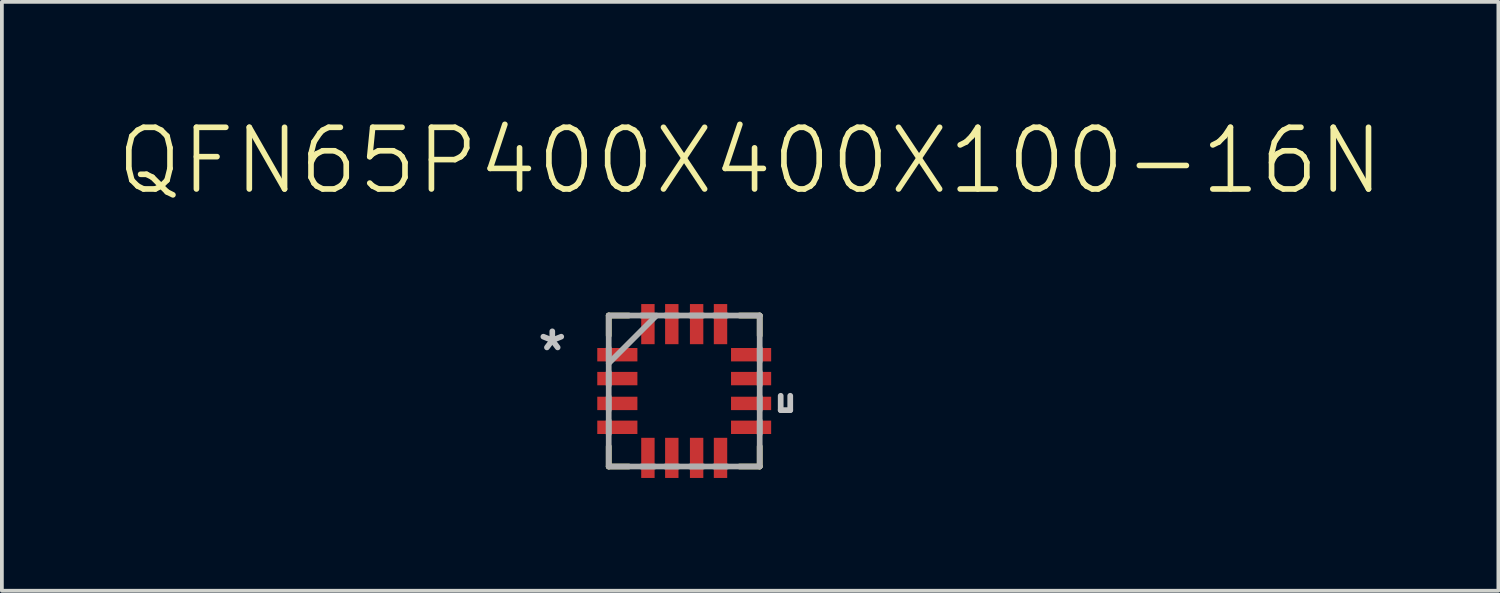
<source format=kicad_pcb>
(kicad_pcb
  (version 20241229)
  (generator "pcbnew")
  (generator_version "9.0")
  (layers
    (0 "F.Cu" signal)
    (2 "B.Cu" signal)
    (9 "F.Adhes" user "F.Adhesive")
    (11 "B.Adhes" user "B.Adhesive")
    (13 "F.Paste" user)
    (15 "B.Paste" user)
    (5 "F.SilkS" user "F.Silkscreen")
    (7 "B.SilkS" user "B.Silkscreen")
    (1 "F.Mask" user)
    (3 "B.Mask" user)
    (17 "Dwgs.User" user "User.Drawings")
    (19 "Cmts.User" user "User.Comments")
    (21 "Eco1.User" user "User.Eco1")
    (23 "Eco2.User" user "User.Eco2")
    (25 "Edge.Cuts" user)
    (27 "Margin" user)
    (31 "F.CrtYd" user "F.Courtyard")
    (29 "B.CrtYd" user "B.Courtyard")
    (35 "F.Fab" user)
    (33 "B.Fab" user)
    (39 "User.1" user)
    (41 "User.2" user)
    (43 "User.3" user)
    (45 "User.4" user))
  (footprint "QFN65P400X400X100-16N"
    (layer "F.Cu")
    (at 15.14 7.345)
    (property "Reference" "QFN65P400X400X100-16N" (at 1.753 -6.122 0) (layer "F.SilkS") (effects (font (size 1.64 1.64) (thickness 0.15))))
    (attr smd)
    (fp_line (start -2.007 -2.007) (end -2.007 -1.473) (stroke (width 0.152) (type solid)) (layer "F.SilkS"))
    (fp_line (start -2.007 1.473) (end -2.007 2.007) (stroke (width 0.152) (type solid)) (layer "F.SilkS"))
    (fp_line (start -2.007 2.007) (end -1.473 2.007) (stroke (width 0.152) (type solid)) (layer "F.SilkS"))
    (fp_line (start -1.473 -2.007) (end -2.007 -2.007) (stroke (width 0.152) (type solid)) (layer "F.SilkS"))
    (fp_line (start 1.473 2.007) (end 2.007 2.007) (stroke (width 0.152) (type solid)) (layer "F.SilkS"))
    (fp_line (start 2.007 -2.007) (end 1.473 -2.007) (stroke (width 0.152) (type solid)) (layer "F.SilkS"))
    (fp_line (start 2.007 -1.473) (end 2.007 -2.007) (stroke (width 0.152) (type solid)) (layer "F.SilkS"))
    (fp_line (start 2.007 2.007) (end 2.007 1.473) (stroke (width 0.152) (type solid)) (layer "F.SilkS"))
    (fp_line (start 2.565 0.508) (end 2.565 0.127) (stroke (width 0.152) (type solid)) (layer "Dwgs.User"))
    (fp_line (start 2.819 0.127) (end 2.819 0.508) (stroke (width 0.152) (type solid)) (layer "Dwgs.User"))
    (fp_line (start 2.819 0.508) (end 2.565 0.508) (stroke (width 0.152) (type solid)) (layer "Dwgs.User"))
    (fp_line (start -2.007 -2.007) (end -2.007 2.007) (stroke (width 0.152) (type solid)) (layer "F.Fab"))
    (fp_line (start -2.007 -1.143) (end -2.007 -0.787) (stroke (width 0.152) (type solid)) (layer "F.Fab"))
    (fp_line (start -2.007 -0.737) (end -0.737 -2.007) (stroke (width 0.152) (type solid)) (layer "F.Fab"))
    (fp_line (start -2.007 -0.508) (end -2.007 -0.152) (stroke (width 0.152) (type solid)) (layer "F.Fab"))
    (fp_line (start -2.007 0.152) (end -2.007 0.508) (stroke (width 0.152) (type solid)) (layer "F.Fab"))
    (fp_line (start -2.007 0.787) (end -2.007 1.143) (stroke (width 0.152) (type solid)) (layer "F.Fab"))
    (fp_line (start -2.007 2.007) (end 2.007 2.007) (stroke (width 0.152) (type solid)) (layer "F.Fab"))
    (fp_line (start -1.143 2.007) (end -0.787 2.007) (stroke (width 0.152) (type solid)) (layer "F.Fab"))
    (fp_line (start -0.787 -2.007) (end -1.143 -2.007) (stroke (width 0.152) (type solid)) (layer "F.Fab"))
    (fp_line (start -0.508 2.007) (end -0.152 2.007) (stroke (width 0.152) (type solid)) (layer "F.Fab"))
    (fp_line (start -0.152 -2.007) (end -0.508 -2.007) (stroke (width 0.152) (type solid)) (layer "F.Fab"))
    (fp_line (start 0.152 2.007) (end 0.508 2.007) (stroke (width 0.152) (type solid)) (layer "F.Fab"))
    (fp_line (start 0.508 -2.007) (end 0.152 -2.007) (stroke (width 0.152) (type solid)) (layer "F.Fab"))
    (fp_line (start 0.787 2.007) (end 1.143 2.007) (stroke (width 0.152) (type solid)) (layer "F.Fab"))
    (fp_line (start 1.143 -2.007) (end 0.787 -2.007) (stroke (width 0.152) (type solid)) (layer "F.Fab"))
    (fp_line (start 2.007 -2.007) (end -2.007 -2.007) (stroke (width 0.152) (type solid)) (layer "F.Fab"))
    (fp_line (start 2.007 -0.787) (end 2.007 -1.143) (stroke (width 0.152) (type solid)) (layer "F.Fab"))
    (fp_line (start 2.007 -0.152) (end 2.007 -0.508) (stroke (width 0.152) (type solid)) (layer "F.Fab"))
    (fp_line (start 2.007 0.508) (end 2.007 0.152) (stroke (width 0.152) (type solid)) (layer "F.Fab"))
    (fp_line (start 2.007 1.143) (end 2.007 0.787) (stroke (width 0.152) (type solid)) (layer "F.Fab"))
    (fp_line (start 2.007 2.007) (end 2.007 -2.007) (stroke (width 0.152) (type solid)) (layer "F.Fab"))
    (fp_text user "*" (at -3.507 -1.042 0) (layer "Dwgs.User") (effects (font (size 1 1) (thickness 0.15))))
    (pad "1" smd rect (at -1.778 -0.965) (size 1.067 0.356) (layers "F.Cu" "F.Mask" "F.Paste"))
    (pad "2" smd rect (at -1.778 -0.33) (size 1.067 0.356) (layers "F.Cu" "F.Mask" "F.Paste"))
    (pad "3" smd rect (at -1.778 0.33) (size 1.067 0.356) (layers "F.Cu" "F.Mask" "F.Paste"))
    (pad "4" smd rect (at -1.778 0.965) (size 1.067 0.356) (layers "F.Cu" "F.Mask" "F.Paste"))
    (pad "5" smd rect (at -0.965 1.778) (size 0.356 1.067) (layers "F.Cu" "F.Mask" "F.Paste"))
    (pad "6" smd rect (at -0.33 1.778) (size 0.356 1.067) (layers "F.Cu" "F.Mask" "F.Paste"))
    (pad "7" smd rect (at 0.33 1.778) (size 0.356 1.067) (layers "F.Cu" "F.Mask" "F.Paste"))
    (pad "8" smd rect (at 0.965 1.778) (size 0.356 1.067) (layers "F.Cu" "F.Mask" "F.Paste"))
    (pad "9" smd rect (at 1.778 0.965) (size 1.067 0.356) (layers "F.Cu" "F.Mask" "F.Paste"))
    (pad "10" smd rect (at 1.778 0.33) (size 1.067 0.356) (layers "F.Cu" "F.Mask" "F.Paste"))
    (pad "11" smd rect (at 1.778 -0.33) (size 1.067 0.356) (layers "F.Cu" "F.Mask" "F.Paste"))
    (pad "12" smd rect (at 1.778 -0.965) (size 1.067 0.356) (layers "F.Cu" "F.Mask" "F.Paste"))
    (pad "13" smd rect (at 0.965 -1.778) (size 0.356 1.067) (layers "F.Cu" "F.Mask" "F.Paste"))
    (pad "14" smd rect (at 0.33 -1.778) (size 0.356 1.067) (layers "F.Cu" "F.Mask" "F.Paste"))
    (pad "15" smd rect (at -0.33 -1.778) (size 0.356 1.067) (layers "F.Cu" "F.Mask" "F.Paste"))
    (pad "16" smd rect (at -0.965 -1.778) (size 0.356 1.067) (layers "F.Cu" "F.Mask" "F.Paste")))
  (gr_rect
    (start -3 -3)
    (end 36.785 12.656)
    (stroke (width 0.1) (type default))
    (fill no)
    (layer "Edge.Cuts")))
</source>
